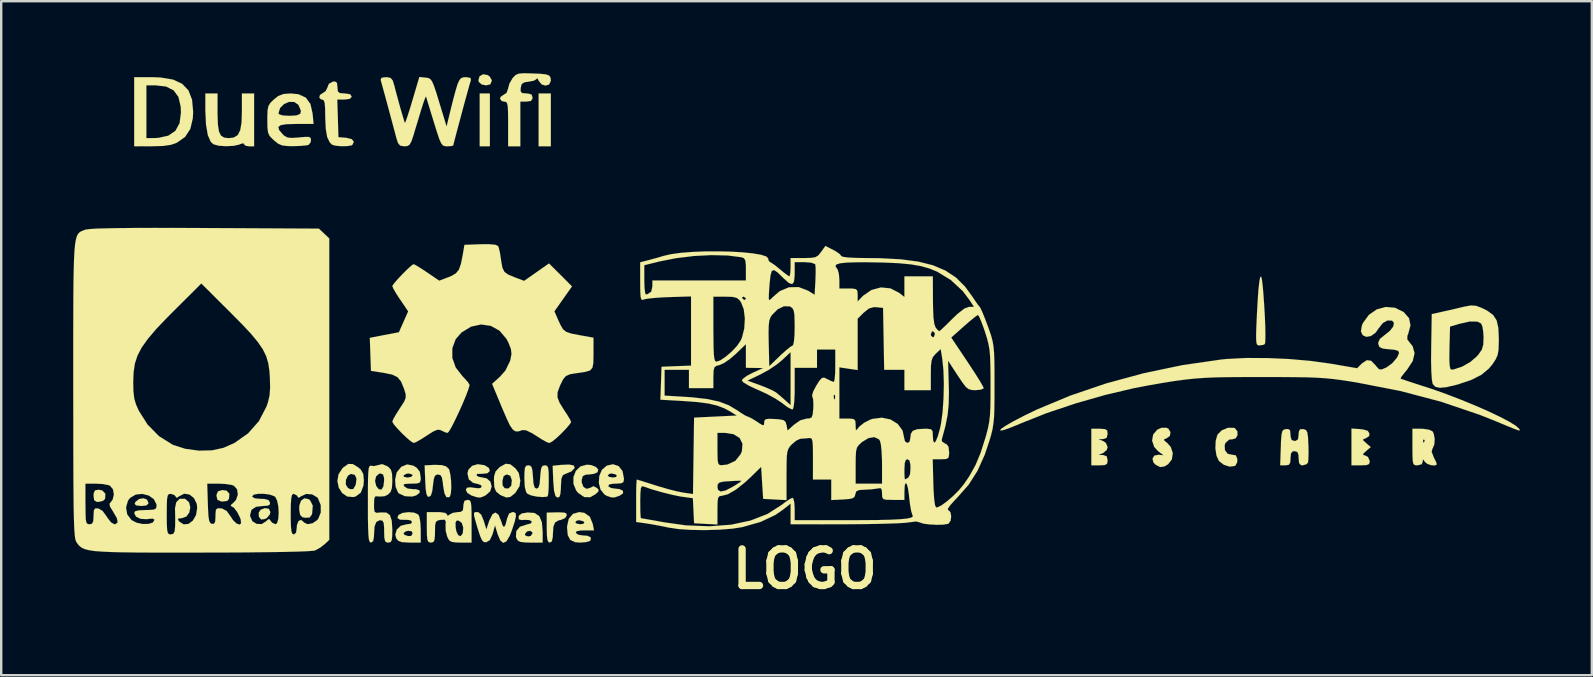
<source format=kicad_pcb>
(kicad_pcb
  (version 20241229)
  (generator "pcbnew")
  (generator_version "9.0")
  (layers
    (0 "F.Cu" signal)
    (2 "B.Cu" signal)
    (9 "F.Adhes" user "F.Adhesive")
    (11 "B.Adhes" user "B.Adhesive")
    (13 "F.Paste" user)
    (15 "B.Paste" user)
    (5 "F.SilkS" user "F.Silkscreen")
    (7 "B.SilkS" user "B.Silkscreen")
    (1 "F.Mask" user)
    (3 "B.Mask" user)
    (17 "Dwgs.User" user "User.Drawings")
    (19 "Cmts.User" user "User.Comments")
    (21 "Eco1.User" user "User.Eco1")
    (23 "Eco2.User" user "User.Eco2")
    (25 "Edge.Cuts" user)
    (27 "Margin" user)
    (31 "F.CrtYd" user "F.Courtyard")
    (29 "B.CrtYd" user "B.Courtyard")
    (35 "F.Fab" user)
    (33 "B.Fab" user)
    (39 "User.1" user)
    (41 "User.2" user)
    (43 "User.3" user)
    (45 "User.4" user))
  (footprint "LOGO"
    (layer "F.Cu")
    (at 30.481 8.548)
    (property "Reference" "LOGO" (at 0 12.106 0) (layer "F.SilkS") (effects (font (size 1.524 1.524) (thickness 0.305))))
    (attr through_hole)
    (fp_poly (pts (xy -13.546 -5.502) (xy -13.335 -5.502) (xy -13.122 -5.502) (xy -13.122 -6.604) (xy -13.122 -7.704) (xy -13.335 -7.704) (xy -13.546 -7.704) (xy -13.546 -6.604) (xy -13.546 -5.502)) (stroke (width 0.003) (type solid)) (fill yes) (layer "F.SilkS"))
    (fp_poly (pts (xy -11.09 -5.502) (xy -10.836 -5.502) (xy -10.582 -5.502) (xy -10.582 -6.604) (xy -10.582 -7.704) (xy -10.836 -7.704) (xy -11.09 -7.704) (xy -11.09 -6.604) (xy -11.09 -5.502)) (stroke (width 0.003) (type solid)) (fill yes) (layer "F.SilkS"))
    (fp_poly (pts (xy -29.632 9.06) (xy -29.609 9.241) (xy -29.512 9.307) (xy -29.418 9.314) (xy -29.238 9.268) (xy -29.154 9.187) (xy -29.141 8.974) (xy -29.268 8.837) (xy -29.418 8.806) (xy -29.571 8.832) (xy -29.627 8.948) (xy -29.632 9.06)) (stroke (width 0.003) (type solid)) (fill yes) (layer "F.SilkS"))
    (fp_poly (pts (xy -27.92 9.383) (xy -27.871 9.456) (xy -27.668 9.482) (xy -27.65 9.484) (xy -27.429 9.459) (xy -27.348 9.375) (xy -27.346 9.352) (xy -27.409 9.215) (xy -27.556 9.162) (xy -27.732 9.192) (xy -27.879 9.304) (xy -27.92 9.383)) (stroke (width 0.003) (type solid)) (fill yes) (layer "F.SilkS"))
    (fp_poly (pts (xy -24.511 9.06) (xy -24.473 9.223) (xy -24.328 9.291) (xy -24.277 9.299) (xy -24.067 9.274) (xy -23.993 9.192) (xy -23.973 8.976) (xy -24.089 8.844) (xy -24.277 8.821) (xy -24.45 8.875) (xy -24.508 9.012) (xy -24.511 9.06)) (stroke (width 0.003) (type solid)) (fill yes) (layer "F.SilkS"))
    (fp_poly (pts (xy -22.753 9.769) (xy -22.746 9.931) (xy -22.657 10.041) (xy -22.647 10.046) (xy -22.509 10.028) (xy -22.416 9.985) (xy -22.291 9.837) (xy -22.266 9.733) (xy -22.329 9.601) (xy -22.487 9.571) (xy -22.677 9.642) (xy -22.753 9.769)) (stroke (width 0.003) (type solid)) (fill yes) (layer "F.SilkS"))
    (fp_poly (pts (xy -13.599 -8.255) (xy -13.581 -8.184) (xy -13.465 -8.08) (xy -13.279 -8.042) (xy -13.111 -8.082) (xy -13.094 -8.1) (xy -13.038 -8.25) (xy -13.127 -8.407) (xy -13.216 -8.471) (xy -13.406 -8.504) (xy -13.551 -8.418) (xy -13.599 -8.255)) (stroke (width 0.003) (type solid)) (fill yes) (layer "F.SilkS"))
    (fp_poly (pts (xy -21.064 9.644) (xy -21.026 9.853) (xy -20.937 9.947) (xy -20.808 9.975) (xy -20.627 9.962) (xy -20.541 9.842) (xy -20.526 9.792) (xy -20.5 9.469) (xy -20.61 9.248) (xy -20.671 9.2) (xy -20.848 9.162) (xy -20.988 9.263) (xy -21.062 9.474) (xy -21.064 9.644)) (stroke (width 0.003) (type solid)) (fill yes) (layer "F.SilkS"))
    (fp_poly (pts (xy -10.505 7.808) (xy -10.48 8.448) (xy -10.447 8.844) (xy -10.386 9.073) (xy -10.295 9.136) (xy -10.216 9.091) (xy -10.183 8.976) (xy -10.163 8.758) (xy -10.16 8.621) (xy -10.142 8.352) (xy -10.089 8.212) (xy -10.01 8.161) (xy -9.726 8.042) (xy -9.591 7.904) (xy -9.588 7.899) (xy -9.622 7.798) (xy -9.812 7.757) (xy -10.142 7.77) (xy -10.505 7.808)) (stroke (width 0.003) (type solid)) (fill yes) (layer "F.SilkS"))
    (fp_poly (pts (xy -10.752 10.384) (xy -10.744 10.714) (xy -10.719 10.909) (xy -10.671 10.993) (xy -10.625 11.008) (xy -10.538 10.955) (xy -10.5 10.775) (xy -10.495 10.648) (xy -10.475 10.343) (xy -10.404 10.168) (xy -10.257 10.081) (xy -10.16 10.063) (xy -9.987 9.987) (xy -9.921 9.886) (xy -9.929 9.799) (xy -10.02 9.759) (xy -10.234 9.749) (xy -10.323 9.749) (xy -10.752 9.759) (xy -10.752 10.384)) (stroke (width 0.003) (type solid)) (fill yes) (layer "F.SilkS"))
    (fp_poly (pts (xy 18.804 2.322) (xy 18.806 2.558) (xy 18.819 2.697) (xy 18.852 2.769) (xy 18.9 2.791) (xy 18.943 2.794) (xy 19.108 2.769) (xy 19.167 2.736) (xy 19.185 2.631) (xy 19.19 2.385) (xy 19.185 2.029) (xy 19.167 1.595) (xy 19.139 1.107) (xy 19.103 0.597) (xy 19.08 0.34) (xy 19.045 0.048) (xy 19.009 -0.079) (xy 18.971 -0.043) (xy 18.936 0.152) (xy 18.898 0.5) (xy 18.865 1.001) (xy 18.839 1.463) (xy 18.816 1.963) (xy 18.804 2.322)) (stroke (width 0.003) (type solid)) (fill yes) (layer "F.SilkS"))
    (fp_poly (pts (xy 22.776 7.79) (xy 23.157 7.79) (xy 23.396 7.78) (xy 23.508 7.734) (xy 23.538 7.633) (xy 23.538 7.612) (xy 23.467 7.445) (xy 23.371 7.391) (xy 23.261 7.353) (xy 23.274 7.295) (xy 23.393 7.188) (xy 23.581 7.028) (xy 23.393 6.868) (xy 23.266 6.751) (xy 23.266 6.698) (xy 23.378 6.662) (xy 23.515 6.566) (xy 23.523 6.462) (xy 23.454 6.353) (xy 23.269 6.297) (xy 23.137 6.281) (xy 22.776 6.256) (xy 22.776 7.023) (xy 22.776 7.79)) (stroke (width 0.003) (type solid)) (fill yes) (layer "F.SilkS"))
    (fp_poly (pts (xy 11.938 7.79) (xy 12.278 7.79) (xy 12.497 7.777) (xy 12.593 7.724) (xy 12.616 7.597) (xy 12.616 7.579) (xy 12.578 7.414) (xy 12.436 7.361) (xy 12.426 7.361) (xy 12.235 7.356) (xy 12.426 7.28) (xy 12.581 7.148) (xy 12.616 7.028) (xy 12.543 6.855) (xy 12.426 6.777) (xy 12.235 6.701) (xy 12.426 6.695) (xy 12.573 6.647) (xy 12.616 6.49) (xy 12.616 6.477) (xy 12.598 6.34) (xy 12.512 6.281) (xy 12.306 6.266) (xy 12.278 6.266) (xy 11.938 6.266) (xy 11.938 7.028) (xy 11.938 7.79)) (stroke (width 0.003) (type solid)) (fill yes) (layer "F.SilkS"))
    (fp_poly (pts (xy 14.47 6.761) (xy 14.557 7.021) (xy 14.712 7.193) (xy 14.945 7.371) (xy 14.735 7.348) (xy 14.559 7.386) (xy 14.486 7.516) (xy 14.529 7.678) (xy 14.613 7.762) (xy 14.803 7.861) (xy 14.983 7.836) (xy 15.138 7.742) (xy 15.293 7.541) (xy 15.331 7.282) (xy 15.248 7.026) (xy 15.116 6.873) (xy 14.978 6.759) (xy 14.968 6.701) (xy 15.072 6.665) (xy 15.21 6.563) (xy 15.235 6.406) (xy 15.149 6.264) (xy 15.067 6.223) (xy 14.854 6.228) (xy 14.686 6.304) (xy 14.514 6.505) (xy 14.47 6.761)) (stroke (width 0.003) (type solid)) (fill yes) (layer "F.SilkS"))
    (fp_poly (pts (xy -9.639 8.565) (xy -9.522 8.842) (xy -9.444 8.936) (xy -9.192 9.111) (xy -8.943 9.119) (xy -8.72 8.992) (xy -8.595 8.875) (xy -8.6 8.793) (xy -8.669 8.727) (xy -8.806 8.659) (xy -8.931 8.722) (xy -9.088 8.771) (xy -9.223 8.689) (xy -9.294 8.509) (xy -9.296 8.39) (xy -9.248 8.235) (xy -9.124 8.176) (xy -8.999 8.171) (xy -8.781 8.143) (xy -8.636 8.077) (xy -8.606 7.963) (xy -8.705 7.856) (xy -8.898 7.78) (xy -9.075 7.762) (xy -9.345 7.833) (xy -9.538 8.019) (xy -9.639 8.278) (xy -9.639 8.565)) (stroke (width 0.003) (type solid)) (fill yes) (layer "F.SilkS"))
    (fp_poly (pts (xy 17.107 7.084) (xy 17.153 7.389) (xy 17.252 7.605) (xy 17.252 7.607) (xy 17.46 7.767) (xy 17.704 7.844) (xy 17.915 7.816) (xy 17.937 7.803) (xy 18.014 7.668) (xy 18.021 7.526) (xy 17.96 7.374) (xy 17.81 7.348) (xy 17.808 7.351) (xy 17.617 7.308) (xy 17.503 7.155) (xy 17.493 6.947) (xy 17.529 6.853) (xy 17.683 6.716) (xy 17.808 6.706) (xy 17.955 6.662) (xy 18.029 6.528) (xy 18.021 6.368) (xy 17.92 6.243) (xy 17.882 6.228) (xy 17.63 6.226) (xy 17.374 6.33) (xy 17.196 6.507) (xy 17.193 6.51) (xy 17.12 6.767) (xy 17.107 7.084)) (stroke (width 0.003) (type solid)) (fill yes) (layer "F.SilkS"))
    (fp_poly (pts (xy -19.474 8.448) (xy -19.416 8.72) (xy -19.276 8.943) (xy -19.124 9.047) (xy -19.124 8.59) (xy -19.119 8.397) (xy -19.037 8.222) (xy -18.913 8.146) (xy -18.75 8.186) (xy -18.677 8.344) (xy -18.707 8.585) (xy -18.72 8.618) (xy -18.811 8.778) (xy -18.938 8.783) (xy -19.035 8.733) (xy -19.124 8.59) (xy -19.124 9.047) (xy -19.068 9.088) (xy -18.811 9.111) (xy -18.71 9.086) (xy -18.496 8.923) (xy -18.387 8.628) (xy -18.372 8.415) (xy -18.397 8.148) (xy -18.496 7.971) (xy -18.595 7.882) (xy -18.829 7.737) (xy -19.02 7.732) (xy -19.223 7.874) (xy -19.263 7.912) (xy -19.428 8.166) (xy -19.474 8.448)) (stroke (width 0.003) (type solid)) (fill yes) (layer "F.SilkS"))
    (fp_poly (pts (xy -15.839 7.79) (xy -15.814 8.445) (xy -15.794 8.791) (xy -15.761 8.994) (xy -15.71 9.088) (xy -15.662 9.103) (xy -15.578 9.047) (xy -15.522 8.867) (xy -15.494 8.636) (xy -15.458 8.364) (xy -15.41 8.225) (xy -15.326 8.174) (xy -15.281 8.171) (xy -15.179 8.197) (xy -15.118 8.298) (xy -15.08 8.517) (xy -15.07 8.631) (xy -15.016 8.946) (xy -14.935 9.111) (xy -14.826 9.121) (xy -14.788 9.091) (xy -14.747 8.961) (xy -14.729 8.725) (xy -14.737 8.44) (xy -14.768 8.171) (xy -14.813 7.978) (xy -14.836 7.935) (xy -14.953 7.831) (xy -15.131 7.78) (xy -15.418 7.77) (xy -15.56 7.777) (xy -15.839 7.79)) (stroke (width 0.003) (type solid)) (fill yes) (layer "F.SilkS"))
    (fp_poly (pts (xy -12.951 8.41) (xy -12.934 8.702) (xy -12.86 8.882) (xy -12.708 9.009) (xy -12.642 9.047) (xy -12.598 9.063) (xy -12.598 8.435) (xy -12.548 8.24) (xy -12.436 8.174) (xy -12.403 8.171) (xy -12.268 8.225) (xy -12.207 8.405) (xy -12.205 8.415) (xy -12.23 8.641) (xy -12.347 8.755) (xy -12.504 8.745) (xy -12.591 8.626) (xy -12.598 8.435) (xy -12.598 9.063) (xy -12.428 9.131) (xy -12.263 9.103) (xy -12.075 8.951) (xy -12.06 8.936) (xy -11.887 8.661) (xy -11.852 8.425) (xy -11.92 8.103) (xy -12.06 7.912) (xy -12.271 7.747) (xy -12.461 7.724) (xy -12.685 7.846) (xy -12.73 7.882) (xy -12.883 8.044) (xy -12.946 8.252) (xy -12.951 8.41)) (stroke (width 0.003) (type solid)) (fill yes) (layer "F.SilkS"))
    (fp_poly (pts (xy -27.94 -5.502) (xy -27.432 -5.504) (xy -27.432 -5.842) (xy -27.432 -6.942) (xy -27.432 -8.042) (xy -27.046 -8.042) (xy -26.609 -7.993) (xy -26.297 -7.833) (xy -26.096 -7.559) (xy -26.002 -7.155) (xy -25.992 -6.906) (xy -26.048 -6.467) (xy -26.223 -6.147) (xy -26.52 -5.944) (xy -26.939 -5.852) (xy -27.071 -5.847) (xy -27.432 -5.842) (xy -27.432 -5.504) (xy -27.198 -5.504) (xy -26.739 -5.517) (xy -26.406 -5.565) (xy -26.162 -5.652) (xy -25.819 -5.895) (xy -25.601 -6.228) (xy -25.497 -6.673) (xy -25.484 -6.942) (xy -25.53 -7.445) (xy -25.679 -7.831) (xy -25.941 -8.105) (xy -26.325 -8.283) (xy -26.843 -8.369) (xy -27.198 -8.382) (xy -27.94 -8.382) (xy -27.94 -6.942) (xy -27.94 -5.502)) (stroke (width 0.003) (type solid)) (fill yes) (layer "F.SilkS"))
    (fp_poly (pts (xy -24.976 -7.005) (xy -24.948 -6.408) (xy -24.872 -5.966) (xy -24.747 -5.685) (xy -24.638 -5.588) (xy -24.42 -5.527) (xy -24.115 -5.507) (xy -23.802 -5.522) (xy -23.561 -5.575) (xy -23.531 -5.591) (xy -23.396 -5.634) (xy -23.368 -5.591) (xy -23.294 -5.524) (xy -23.155 -5.502) (xy -22.944 -5.502) (xy -22.944 -6.604) (xy -22.944 -7.704) (xy -23.198 -7.704) (xy -23.452 -7.704) (xy -23.452 -6.962) (xy -23.467 -6.492) (xy -23.523 -6.17) (xy -23.627 -5.969) (xy -23.795 -5.867) (xy -24.003 -5.842) (xy -24.196 -5.865) (xy -24.328 -5.951) (xy -24.409 -6.124) (xy -24.453 -6.411) (xy -24.468 -6.835) (xy -24.468 -6.937) (xy -24.468 -7.704) (xy -24.722 -7.704) (xy -24.976 -7.704) (xy -24.976 -7.005)) (stroke (width 0.003) (type solid)) (fill yes) (layer "F.SilkS"))
    (fp_poly (pts (xy -11.684 8.329) (xy -11.666 8.687) (xy -11.61 8.903) (xy -11.554 8.976) (xy -11.405 9.042) (xy -11.173 9.091) (xy -10.935 9.111) (xy -10.757 9.098) (xy -10.711 9.075) (xy -10.691 8.976) (xy -10.673 8.753) (xy -10.668 8.451) (xy -10.668 8.41) (xy -10.671 8.09) (xy -10.691 7.902) (xy -10.734 7.816) (xy -10.813 7.79) (xy -10.833 7.79) (xy -10.927 7.813) (xy -10.983 7.91) (xy -11.011 8.115) (xy -11.024 8.278) (xy -11.049 8.57) (xy -11.1 8.722) (xy -11.176 8.763) (xy -11.255 8.717) (xy -11.303 8.557) (xy -11.326 8.278) (xy -11.349 7.998) (xy -11.389 7.851) (xy -11.463 7.795) (xy -11.516 7.79) (xy -11.608 7.808) (xy -11.659 7.889) (xy -11.679 8.07) (xy -11.684 8.329)) (stroke (width 0.003) (type solid)) (fill yes) (layer "F.SilkS"))
    (fp_poly (pts (xy -14.122 8.816) (xy -14.059 8.938) (xy -13.894 9.042) (xy -13.876 9.05) (xy -13.663 9.119) (xy -13.531 9.134) (xy -13.399 9.088) (xy -13.292 9.035) (xy -13.109 8.872) (xy -13.048 8.669) (xy -13.099 8.471) (xy -13.251 8.334) (xy -13.424 8.298) (xy -13.602 8.263) (xy -13.678 8.207) (xy -13.652 8.146) (xy -13.47 8.141) (xy -13.449 8.143) (xy -13.226 8.12) (xy -13.124 8.026) (xy -13.162 7.899) (xy -13.343 7.785) (xy -13.625 7.742) (xy -13.863 7.811) (xy -14.018 7.976) (xy -14.054 8.128) (xy -13.998 8.374) (xy -13.82 8.519) (xy -13.63 8.565) (xy -13.487 8.616) (xy -13.462 8.679) (xy -13.51 8.733) (xy -13.617 8.745) (xy -13.828 8.72) (xy -13.924 8.705) (xy -14.079 8.722) (xy -14.122 8.816)) (stroke (width 0.003) (type solid)) (fill yes) (layer "F.SilkS"))
    (fp_poly (pts (xy -9.906 10.363) (xy -9.876 10.698) (xy -9.771 10.897) (xy -9.568 10.991) (xy -9.566 10.991) (xy -9.566 10.16) (xy -9.495 10.091) (xy -9.401 10.076) (xy -9.241 10.114) (xy -9.185 10.16) (xy -9.215 10.223) (xy -9.35 10.246) (xy -9.51 10.216) (xy -9.566 10.16) (xy -9.566 10.991) (xy -9.357 11.008) (xy -9.116 10.988) (xy -8.956 10.94) (xy -8.928 10.917) (xy -8.915 10.792) (xy -9.06 10.724) (xy -9.248 10.711) (xy -9.441 10.681) (xy -9.543 10.604) (xy -9.545 10.604) (xy -9.51 10.536) (xy -9.332 10.503) (xy -9.182 10.5) (xy -8.783 10.5) (xy -8.837 10.223) (xy -8.959 9.929) (xy -9.185 9.769) (xy -9.401 9.738) (xy -9.66 9.812) (xy -9.835 10.018) (xy -9.903 10.333) (xy -9.906 10.363)) (stroke (width 0.003) (type solid)) (fill yes) (layer "F.SilkS"))
    (fp_poly (pts (xy -17.061 10.678) (xy -17.021 10.833) (xy -16.932 10.937) (xy -16.784 10.991) (xy -16.721 10.993) (xy -16.721 10.627) (xy -16.647 10.549) (xy -16.53 10.516) (xy -16.375 10.536) (xy -16.34 10.627) (xy -16.398 10.732) (xy -16.53 10.737) (xy -16.678 10.686) (xy -16.721 10.627) (xy -16.721 10.993) (xy -16.523 11.006) (xy -16.464 11.008) (xy -16.002 11.008) (xy -16.002 10.475) (xy -16.017 10.168) (xy -16.058 9.934) (xy -16.104 9.84) (xy -16.274 9.761) (xy -16.52 9.741) (xy -16.767 9.774) (xy -16.929 9.86) (xy -16.932 9.863) (xy -16.972 9.985) (xy -16.868 10.053) (xy -16.632 10.061) (xy -16.599 10.056) (xy -16.431 10.079) (xy -16.363 10.14) (xy -16.403 10.221) (xy -16.584 10.246) (xy -16.83 10.307) (xy -17 10.467) (xy -17.061 10.678)) (stroke (width 0.003) (type solid)) (fill yes) (layer "F.SilkS"))
    (fp_poly (pts (xy -12.035 10.762) (xy -12.017 10.818) (xy -11.956 10.925) (xy -11.847 10.98) (xy -11.661 11.001) (xy -11.661 10.648) (xy -11.57 10.541) (xy -11.443 10.516) (xy -11.354 10.577) (xy -11.344 10.62) (xy -11.415 10.729) (xy -11.521 10.754) (xy -11.648 10.714) (xy -11.661 10.648) (xy -11.661 11.001) (xy -11.646 11.003) (xy -11.433 11.008) (xy -10.922 11.008) (xy -10.922 10.561) (xy -10.955 10.163) (xy -11.062 9.906) (xy -11.257 9.776) (xy -11.542 9.754) (xy -11.788 9.794) (xy -11.905 9.881) (xy -11.923 9.934) (xy -11.915 10.038) (xy -11.806 10.069) (xy -11.676 10.061) (xy -11.473 10.069) (xy -11.369 10.132) (xy -11.369 10.135) (xy -11.417 10.213) (xy -11.6 10.259) (xy -11.605 10.262) (xy -11.867 10.348) (xy -12.019 10.528) (xy -12.035 10.762)) (stroke (width 0.003) (type solid)) (fill yes) (layer "F.SilkS"))
    (fp_poly (pts (xy -17.069 8.392) (xy -17.048 8.682) (xy -16.952 8.91) (xy -16.906 8.964) (xy -16.657 9.075) (xy -16.363 9.091) (xy -16.19 9.042) (xy -16.045 8.928) (xy -16.053 8.834) (xy -16.203 8.783) (xy -16.317 8.783) (xy -16.543 8.758) (xy -16.678 8.677) (xy -16.721 8.6) (xy -16.721 8.214) (xy -16.601 8.141) (xy -16.505 8.128) (xy -16.368 8.166) (xy -16.34 8.214) (xy -16.411 8.275) (xy -16.556 8.298) (xy -16.701 8.27) (xy -16.721 8.214) (xy -16.721 8.6) (xy -16.657 8.565) (xy -16.464 8.552) (xy -16.393 8.552) (xy -16.154 8.545) (xy -16.04 8.504) (xy -16.005 8.405) (xy -16.002 8.319) (xy -16.04 8.057) (xy -16.177 7.884) (xy -16.312 7.803) (xy -16.568 7.752) (xy -16.81 7.849) (xy -16.993 8.072) (xy -17.01 8.115) (xy -17.069 8.392)) (stroke (width 0.003) (type solid)) (fill yes) (layer "F.SilkS"))
    (fp_poly (pts (xy -8.58 8.527) (xy -8.509 8.801) (xy -8.344 9.007) (xy -8.24 9.065) (xy -8.212 9.073) (xy -8.212 8.214) (xy -8.141 8.143) (xy -8.047 8.128) (xy -7.884 8.166) (xy -7.831 8.214) (xy -7.861 8.275) (xy -7.996 8.298) (xy -8.156 8.27) (xy -8.212 8.214) (xy -8.212 9.073) (xy -8.054 9.126) (xy -7.917 9.124) (xy -7.727 9.058) (xy -7.717 9.055) (xy -7.572 8.954) (xy -7.577 8.852) (xy -7.714 8.781) (xy -7.874 8.763) (xy -8.075 8.735) (xy -8.186 8.664) (xy -8.189 8.659) (xy -8.151 8.585) (xy -7.963 8.552) (xy -7.879 8.552) (xy -7.658 8.539) (xy -7.559 8.489) (xy -7.534 8.367) (xy -7.534 8.346) (xy -7.595 8.029) (xy -7.755 7.823) (xy -7.991 7.744) (xy -8.25 7.803) (xy -8.453 7.976) (xy -8.562 8.235) (xy -8.58 8.527)) (stroke (width 0.003) (type solid)) (fill yes) (layer "F.SilkS"))
    (fp_poly (pts (xy 25.316 7.028) (xy 25.319 7.389) (xy 25.329 7.612) (xy 25.359 7.732) (xy 25.415 7.78) (xy 25.509 7.79) (xy 25.527 7.79) (xy 25.702 7.744) (xy 25.743 7.643) (xy 25.753 7.539) (xy 25.758 7.544) (xy 25.758 6.728) (xy 25.768 6.718) (xy 25.819 6.728) (xy 25.824 6.774) (xy 25.794 6.843) (xy 25.768 6.83) (xy 25.758 6.728) (xy 25.758 7.544) (xy 25.796 7.584) (xy 25.832 7.643) (xy 25.938 7.729) (xy 26.104 7.785) (xy 26.259 7.795) (xy 26.332 7.75) (xy 26.332 7.744) (xy 26.297 7.643) (xy 26.21 7.463) (xy 26.198 7.437) (xy 26.116 7.224) (xy 26.149 7.094) (xy 26.157 7.087) (xy 26.228 6.919) (xy 26.243 6.68) (xy 26.2 6.459) (xy 26.147 6.368) (xy 26.002 6.304) (xy 25.768 6.269) (xy 25.679 6.266) (xy 25.316 6.266) (xy 25.316 7.028)) (stroke (width 0.003) (type solid)) (fill yes) (layer "F.SilkS"))
    (fp_poly (pts (xy -20.229 -7.534) (xy -20.155 -7.457) (xy -20.107 -7.45) (xy -20.043 -7.419) (xy -20.005 -7.308) (xy -19.985 -7.087) (xy -19.98 -6.726) (xy -19.959 -6.233) (xy -19.898 -5.883) (xy -19.787 -5.657) (xy -19.693 -5.568) (xy -19.548 -5.527) (xy -19.322 -5.507) (xy -19.08 -5.509) (xy -18.9 -5.537) (xy -18.852 -5.56) (xy -18.788 -5.695) (xy -18.88 -5.801) (xy -19.103 -5.857) (xy -19.113 -5.857) (xy -19.431 -5.883) (xy -19.454 -6.668) (xy -19.479 -7.45) (xy -19.18 -7.45) (xy -18.959 -7.478) (xy -18.88 -7.564) (xy -18.88 -7.577) (xy -18.943 -7.671) (xy -19.149 -7.704) (xy -19.177 -7.704) (xy -19.375 -7.719) (xy -19.456 -7.79) (xy -19.472 -7.963) (xy -19.492 -8.146) (xy -19.571 -8.202) (xy -19.662 -8.197) (xy -19.832 -8.103) (xy -19.881 -7.971) (xy -19.964 -7.798) (xy -20.071 -7.727) (xy -20.198 -7.645) (xy -20.229 -7.534)) (stroke (width 0.003) (type solid)) (fill yes) (layer "F.SilkS"))
    (fp_poly (pts (xy -13.782 9.865) (xy -13.736 10.051) (xy -13.647 10.361) (xy -13.625 10.432) (xy -13.525 10.739) (xy -13.447 10.912) (xy -13.368 10.986) (xy -13.271 10.991) (xy -13.124 10.907) (xy -13.018 10.683) (xy -13 10.627) (xy -12.906 10.292) (xy -12.799 10.65) (xy -12.687 10.919) (xy -12.563 11.021) (xy -12.431 10.955) (xy -12.291 10.721) (xy -12.2 10.483) (xy -12.085 10.132) (xy -12.035 9.911) (xy -12.045 9.789) (xy -12.116 9.743) (xy -12.184 9.738) (xy -12.322 9.799) (xy -12.403 10.005) (xy -12.405 10.013) (xy -12.471 10.269) (xy -12.532 10.361) (xy -12.593 10.292) (xy -12.652 10.114) (xy -12.761 9.85) (xy -12.885 9.756) (xy -13.012 9.827) (xy -13.134 10.069) (xy -13.145 10.091) (xy -13.266 10.457) (xy -13.378 10.097) (xy -13.482 9.845) (xy -13.604 9.741) (xy -13.642 9.738) (xy -13.734 9.741) (xy -13.78 9.771) (xy -13.782 9.865)) (stroke (width 0.003) (type solid)) (fill yes) (layer "F.SilkS"))
    (fp_poly (pts (xy 19.807 7.79) (xy 20.023 7.79) (xy 20.168 7.767) (xy 20.226 7.671) (xy 20.236 7.493) (xy 20.256 7.29) (xy 20.33 7.206) (xy 20.406 7.198) (xy 20.523 7.231) (xy 20.569 7.358) (xy 20.574 7.493) (xy 20.594 7.696) (xy 20.668 7.78) (xy 20.747 7.79) (xy 20.907 7.739) (xy 20.963 7.676) (xy 20.98 7.539) (xy 20.988 7.287) (xy 20.983 6.97) (xy 20.98 6.934) (xy 20.965 6.612) (xy 20.937 6.421) (xy 20.886 6.325) (xy 20.803 6.287) (xy 20.765 6.281) (xy 20.632 6.287) (xy 20.582 6.391) (xy 20.574 6.515) (xy 20.551 6.703) (xy 20.455 6.769) (xy 20.406 6.774) (xy 20.282 6.736) (xy 20.239 6.589) (xy 20.236 6.515) (xy 20.218 6.332) (xy 20.137 6.276) (xy 20.046 6.281) (xy 19.954 6.304) (xy 19.896 6.37) (xy 19.863 6.507) (xy 19.842 6.754) (xy 19.832 7.048) (xy 19.807 7.79)) (stroke (width 0.003) (type solid)) (fill yes) (layer "F.SilkS"))
    (fp_poly (pts (xy -12.7 -7.488) (xy -12.629 -7.389) (xy -12.53 -7.366) (xy -12.456 -7.356) (xy -12.408 -7.303) (xy -12.377 -7.181) (xy -12.365 -6.96) (xy -12.36 -6.609) (xy -12.36 -6.434) (xy -12.36 -5.502) (xy -12.106 -5.502) (xy -11.852 -5.502) (xy -11.852 -6.434) (xy -11.852 -7.366) (xy -11.598 -7.366) (xy -11.412 -7.391) (xy -11.346 -7.49) (xy -11.344 -7.534) (xy -11.382 -7.658) (xy -11.529 -7.701) (xy -11.603 -7.704) (xy -11.783 -7.722) (xy -11.841 -7.805) (xy -11.836 -7.938) (xy -11.796 -8.095) (xy -11.684 -8.169) (xy -11.493 -8.197) (xy -11.285 -8.237) (xy -11.176 -8.306) (xy -11.168 -8.324) (xy -11.14 -8.336) (xy -11.087 -8.232) (xy -10.965 -8.082) (xy -10.803 -8.031) (xy -10.655 -8.077) (xy -10.584 -8.222) (xy -10.582 -8.245) (xy -10.594 -8.369) (xy -10.653 -8.451) (xy -10.785 -8.499) (xy -11.026 -8.524) (xy -11.397 -8.539) (xy -11.717 -8.547) (xy -11.918 -8.529) (xy -12.045 -8.476) (xy -12.149 -8.374) (xy -12.179 -8.334) (xy -12.306 -8.118) (xy -12.36 -7.915) (xy -12.36 -7.91) (xy -12.428 -7.724) (xy -12.53 -7.661) (xy -12.667 -7.567) (xy -12.7 -7.488)) (stroke (width 0.003) (type solid)) (fill yes) (layer "F.SilkS"))
    (fp_poly (pts (xy -22.393 -6.604) (xy -22.388 -6.281) (xy -22.362 -6.078) (xy -22.299 -5.936) (xy -22.177 -5.806) (xy -22.116 -5.751) (xy -21.941 -5.611) (xy -21.768 -5.537) (xy -21.534 -5.512) (xy -21.313 -5.509) (xy -21.016 -5.519) (xy -20.782 -5.54) (xy -20.678 -5.56) (xy -20.589 -5.669) (xy -20.574 -5.763) (xy -20.589 -5.852) (xy -20.663 -5.893) (xy -20.836 -5.893) (xy -21.069 -5.872) (xy -21.364 -5.85) (xy -21.547 -5.867) (xy -21.679 -5.936) (xy -21.747 -5.999) (xy -21.902 -6.18) (xy -21.935 -6.307) (xy -21.928 -6.314) (xy -21.928 -6.881) (xy -21.862 -7.099) (xy -21.699 -7.262) (xy -21.486 -7.353) (xy -21.273 -7.351) (xy -21.107 -7.239) (xy -21.085 -7.201) (xy -20.993 -6.982) (xy -21.021 -6.853) (xy -21.181 -6.789) (xy -21.463 -6.772) (xy -21.763 -6.789) (xy -21.907 -6.84) (xy -21.928 -6.881) (xy -21.928 -6.314) (xy -21.836 -6.383) (xy -21.593 -6.424) (xy -21.196 -6.434) (xy -20.467 -6.434) (xy -20.508 -6.873) (xy -20.599 -7.269) (xy -20.79 -7.531) (xy -21.095 -7.671) (xy -21.422 -7.704) (xy -21.722 -7.681) (xy -21.941 -7.595) (xy -22.116 -7.457) (xy -22.261 -7.318) (xy -22.344 -7.186) (xy -22.382 -7.01) (xy -22.393 -6.739) (xy -22.393 -6.604)) (stroke (width 0.003) (type solid)) (fill yes) (layer "F.SilkS"))
    (fp_poly (pts (xy 26.093 3.432) (xy 26.104 3.886) (xy 26.126 4.214) (xy 26.159 4.392) (xy 26.165 4.404) (xy 26.274 4.519) (xy 26.459 4.559) (xy 26.746 4.531) (xy 26.853 4.503) (xy 26.853 3.378) (xy 26.858 2.982) (xy 26.858 2.908) (xy 26.883 2.009) (xy 27.264 1.895) (xy 27.706 1.796) (xy 28.021 1.801) (xy 28.179 1.88) (xy 28.235 2.017) (xy 28.27 2.261) (xy 28.28 2.459) (xy 28.268 2.758) (xy 28.209 2.967) (xy 28.077 3.16) (xy 28.003 3.246) (xy 27.727 3.485) (xy 27.384 3.68) (xy 27.043 3.792) (xy 26.944 3.805) (xy 26.894 3.767) (xy 26.866 3.632) (xy 26.853 3.378) (xy 26.853 4.503) (xy 27.16 4.432) (xy 27.229 4.412) (xy 27.777 4.227) (xy 28.191 4.016) (xy 28.501 3.757) (xy 28.661 3.564) (xy 28.788 3.368) (xy 28.865 3.193) (xy 28.903 2.982) (xy 28.913 2.68) (xy 28.915 2.497) (xy 28.895 2.06) (xy 28.824 1.75) (xy 28.677 1.524) (xy 28.43 1.344) (xy 28.199 1.229) (xy 27.965 1.143) (xy 27.755 1.128) (xy 27.475 1.179) (xy 27.462 1.181) (xy 27.127 1.262) (xy 26.746 1.349) (xy 26.586 1.384) (xy 26.121 1.488) (xy 26.099 2.863) (xy 26.093 3.432)) (stroke (width 0.003) (type solid)) (fill yes) (layer "F.SilkS"))
    (fp_poly (pts (xy -15.748 10.373) (xy -15.743 10.696) (xy -15.725 10.886) (xy -15.682 10.978) (xy -15.608 11.006) (xy -15.578 11.008) (xy -15.479 10.986) (xy -15.428 10.897) (xy -15.41 10.701) (xy -15.408 10.551) (xy -15.403 10.287) (xy -15.37 10.147) (xy -15.288 10.084) (xy -15.171 10.061) (xy -15.004 10.053) (xy -14.958 10.13) (xy -14.968 10.264) (xy -14.961 10.518) (xy -14.9 10.754) (xy -14.826 10.902) (xy -14.724 10.975) (xy -14.552 11.001) (xy -14.552 10.173) (xy -14.506 10.091) (xy -14.42 10.091) (xy -14.29 10.19) (xy -14.229 10.386) (xy -14.249 10.612) (xy -14.26 10.64) (xy -14.343 10.742) (xy -14.437 10.704) (xy -14.514 10.551) (xy -14.547 10.378) (xy -14.552 10.173) (xy -14.552 11.001) (xy -14.544 11.003) (xy -14.338 11.008) (xy -13.884 11.008) (xy -13.884 10.119) (xy -13.886 9.721) (xy -13.896 9.464) (xy -13.919 9.317) (xy -13.965 9.248) (xy -14.031 9.23) (xy -14.054 9.23) (xy -14.178 9.268) (xy -14.221 9.418) (xy -14.224 9.484) (xy -14.244 9.665) (xy -14.341 9.731) (xy -14.46 9.738) (xy -14.671 9.771) (xy -14.798 9.84) (xy -14.882 9.898) (xy -14.9 9.84) (xy -14.981 9.771) (xy -15.215 9.738) (xy -15.324 9.738) (xy -15.748 9.738) (xy -15.748 10.373)) (stroke (width 0.003) (type solid)) (fill yes) (layer "F.SilkS"))
    (fp_poly (pts (xy -18.202 9.959) (xy -18.194 10.378) (xy -18.181 10.673) (xy -18.164 10.861) (xy -18.133 10.965) (xy -18.092 11.003) (xy -18.075 11.008) (xy -17.986 10.95) (xy -17.95 10.762) (xy -17.948 10.676) (xy -17.927 10.343) (xy -17.854 10.15) (xy -17.722 10.079) (xy -17.686 10.076) (xy -17.592 10.099) (xy -17.544 10.193) (xy -17.526 10.401) (xy -17.526 10.541) (xy -17.518 10.81) (xy -17.485 10.95) (xy -17.414 11.003) (xy -17.356 11.008) (xy -17.262 10.991) (xy -17.211 10.912) (xy -17.191 10.737) (xy -17.186 10.467) (xy -17.209 10.097) (xy -17.285 9.865) (xy -17.429 9.759) (xy -17.663 9.751) (xy -17.694 9.756) (xy -17.851 9.769) (xy -17.925 9.721) (xy -17.948 9.571) (xy -17.948 9.416) (xy -17.94 9.187) (xy -17.907 9.101) (xy -17.907 8.44) (xy -17.861 8.25) (xy -17.739 8.138) (xy -17.683 8.128) (xy -17.572 8.169) (xy -17.529 8.313) (xy -17.526 8.41) (xy -17.556 8.669) (xy -17.638 8.801) (xy -17.75 8.786) (xy -17.856 8.651) (xy -17.907 8.44) (xy -17.907 9.101) (xy -17.902 9.088) (xy -17.81 9.078) (xy -17.752 9.091) (xy -17.518 9.078) (xy -17.371 9.009) (xy -17.259 8.898) (xy -17.203 8.733) (xy -17.186 8.458) (xy -17.186 8.423) (xy -17.198 8.141) (xy -17.244 7.973) (xy -17.346 7.859) (xy -17.394 7.828) (xy -17.607 7.739) (xy -17.744 7.772) (xy -17.945 7.821) (xy -18.044 7.811) (xy -18.1 7.805) (xy -18.141 7.836) (xy -18.169 7.922) (xy -18.186 8.087) (xy -18.197 8.354) (xy -18.202 8.743) (xy -18.202 9.276) (xy -18.202 9.388) (xy -18.202 9.959)) (stroke (width 0.003) (type solid)) (fill yes) (layer "F.SilkS"))
    (fp_poly (pts (xy -17.671 -8.288) (xy -17.661 -8.232) (xy -17.623 -8.095) (xy -17.549 -7.826) (xy -17.447 -7.457) (xy -17.33 -7.021) (xy -17.203 -6.548) (xy -17.076 -6.073) (xy -17.021 -5.862) (xy -16.947 -5.636) (xy -16.858 -5.532) (xy -16.711 -5.504) (xy -16.683 -5.502) (xy -16.556 -5.514) (xy -16.467 -5.57) (xy -16.391 -5.707) (xy -16.304 -5.959) (xy -16.259 -6.116) (xy -16.093 -6.662) (xy -15.972 -7.064) (xy -15.883 -7.338) (xy -15.824 -7.501) (xy -15.791 -7.569) (xy -15.776 -7.564) (xy -15.745 -7.46) (xy -15.674 -7.226) (xy -15.575 -6.901) (xy -15.456 -6.515) (xy -15.451 -6.497) (xy -15.321 -6.083) (xy -15.227 -5.801) (xy -15.151 -5.631) (xy -15.08 -5.542) (xy -14.996 -5.509) (xy -14.895 -5.502) (xy -14.719 -5.514) (xy -14.646 -5.54) (xy -14.625 -5.634) (xy -14.567 -5.857) (xy -14.483 -6.175) (xy -14.381 -6.556) (xy -14.272 -6.967) (xy -14.163 -7.371) (xy -14.061 -7.739) (xy -13.98 -8.031) (xy -13.924 -8.219) (xy -13.909 -8.268) (xy -13.932 -8.352) (xy -14.097 -8.382) (xy -14.127 -8.382) (xy -14.234 -8.374) (xy -14.318 -8.341) (xy -14.392 -8.258) (xy -14.463 -8.103) (xy -14.541 -7.851) (xy -14.641 -7.483) (xy -14.768 -6.975) (xy -14.783 -6.911) (xy -14.925 -6.33) (xy -15.232 -7.336) (xy -15.359 -7.752) (xy -15.456 -8.037) (xy -15.532 -8.212) (xy -15.606 -8.306) (xy -15.692 -8.349) (xy -15.799 -8.364) (xy -16.06 -8.39) (xy -16.347 -7.419) (xy -16.459 -7.046) (xy -16.556 -6.744) (xy -16.627 -6.543) (xy -16.66 -6.472) (xy -16.693 -6.563) (xy -16.759 -6.782) (xy -16.85 -7.094) (xy -16.952 -7.465) (xy -17.059 -7.859) (xy -17.099 -8.021) (xy -17.17 -8.247) (xy -17.259 -8.352) (xy -17.407 -8.382) (xy -17.45 -8.382) (xy -17.625 -8.362) (xy -17.671 -8.288)) (stroke (width 0.003) (type solid)) (fill yes) (layer "F.SilkS"))
    (fp_poly (pts (xy 8.136 6.335) (xy 8.227 6.332) (xy 8.461 6.259) (xy 8.842 6.109) (xy 8.989 6.045) (xy 10.081 5.611) (xy 11.278 5.21) (xy 12.515 4.856) (xy 13.721 4.572) (xy 14.31 4.46) (xy 14.887 4.359) (xy 15.38 4.28) (xy 15.814 4.221) (xy 16.226 4.176) (xy 16.645 4.145) (xy 17.107 4.125) (xy 17.64 4.115) (xy 18.278 4.11) (xy 19.05 4.11) (xy 19.802 4.11) (xy 20.411 4.115) (xy 20.909 4.122) (xy 21.326 4.138) (xy 21.684 4.161) (xy 22.019 4.194) (xy 22.355 4.237) (xy 22.723 4.293) (xy 22.997 4.338) (xy 24.811 4.691) (xy 26.507 5.138) (xy 28.113 5.682) (xy 28.852 5.977) (xy 29.258 6.147) (xy 29.533 6.259) (xy 29.695 6.32) (xy 29.774 6.337) (xy 29.789 6.32) (xy 29.766 6.271) (xy 29.764 6.269) (xy 29.624 6.142) (xy 29.35 5.972) (xy 28.961 5.768) (xy 28.481 5.54) (xy 27.935 5.301) (xy 27.346 5.06) (xy 26.739 4.826) (xy 26.132 4.61) (xy 25.867 4.524) (xy 25.479 4.399) (xy 25.156 4.293) (xy 24.925 4.214) (xy 24.821 4.178) (xy 24.821 4.176) (xy 24.851 4.107) (xy 24.971 3.95) (xy 25.095 3.8) (xy 25.329 3.444) (xy 25.405 3.117) (xy 25.324 2.827) (xy 25.222 2.7) (xy 25.103 2.545) (xy 25.105 2.393) (xy 25.138 2.316) (xy 25.235 1.958) (xy 25.174 1.659) (xy 24.953 1.405) (xy 24.948 1.402) (xy 24.59 1.224) (xy 24.206 1.191) (xy 23.83 1.293) (xy 23.503 1.519) (xy 23.259 1.852) (xy 23.211 1.961) (xy 23.17 2.207) (xy 23.244 2.367) (xy 23.393 2.436) (xy 23.584 2.403) (xy 23.779 2.266) (xy 23.906 2.085) (xy 24.082 1.862) (xy 24.27 1.755) (xy 24.468 1.76) (xy 24.547 1.854) (xy 24.516 2.007) (xy 24.376 2.189) (xy 24.168 2.355) (xy 23.96 2.522) (xy 23.891 2.682) (xy 23.894 2.736) (xy 23.945 2.863) (xy 24.082 2.924) (xy 24.257 2.946) (xy 24.562 2.974) (xy 24.722 3.02) (xy 24.76 3.106) (xy 24.699 3.251) (xy 24.666 3.312) (xy 24.478 3.533) (xy 24.239 3.708) (xy 24.229 3.713) (xy 24.039 3.795) (xy 23.924 3.787) (xy 23.818 3.673) (xy 23.777 3.619) (xy 23.594 3.432) (xy 23.416 3.409) (xy 23.213 3.543) (xy 23.19 3.566) (xy 23.012 3.744) (xy 21.9 3.553) (xy 21.074 3.439) (xy 20.175 3.36) (xy 19.258 3.32) (xy 18.377 3.317) (xy 17.587 3.358) (xy 17.353 3.381) (xy 15.74 3.614) (xy 14.13 3.95) (xy 12.56 4.376) (xy 11.064 4.884) (xy 9.68 5.461) (xy 9.144 5.72) (xy 8.689 5.956) (xy 8.369 6.142) (xy 8.181 6.269) (xy 8.136 6.335)) (stroke (width 0.003) (type solid)) (fill yes) (layer "F.SilkS"))
    (fp_poly (pts (xy -18.123 2.477) (xy -18.1 3.165) (xy -18.075 3.853) (xy -17.539 3.937) (xy -17.193 4.008) (xy -16.97 4.115) (xy -16.822 4.295) (xy -16.701 4.59) (xy -16.683 4.641) (xy -16.629 4.829) (xy -16.627 4.973) (xy -16.69 5.133) (xy -16.835 5.359) (xy -16.881 5.428) (xy -17.038 5.677) (xy -17.15 5.875) (xy -17.186 5.972) (xy -17.127 6.076) (xy -16.98 6.248) (xy -16.784 6.454) (xy -16.579 6.65) (xy -16.401 6.797) (xy -16.294 6.858) (xy -16.185 6.815) (xy -15.982 6.698) (xy -15.753 6.551) (xy -15.489 6.383) (xy -15.316 6.309) (xy -15.197 6.312) (xy -15.141 6.34) (xy -14.966 6.419) (xy -14.879 6.436) (xy -14.816 6.363) (xy -14.704 6.17) (xy -14.564 5.89) (xy -14.407 5.56) (xy -14.254 5.217) (xy -14.12 4.895) (xy -14.021 4.633) (xy -13.97 4.463) (xy -13.97 4.437) (xy -14.026 4.336) (xy -14.171 4.171) (xy -14.262 4.077) (xy -14.544 3.716) (xy -14.686 3.317) (xy -14.686 2.911) (xy -14.547 2.535) (xy -14.303 2.253) (xy -13.901 2.009) (xy -13.485 1.92) (xy -13.081 1.979) (xy -12.72 2.179) (xy -12.433 2.515) (xy -12.344 2.685) (xy -12.243 2.944) (xy -12.22 3.147) (xy -12.263 3.381) (xy -12.278 3.439) (xy -12.474 3.843) (xy -12.705 4.102) (xy -13.028 4.394) (xy -12.614 5.392) (xy -12.428 5.824) (xy -12.289 6.119) (xy -12.169 6.294) (xy -12.057 6.373) (xy -11.928 6.375) (xy -11.768 6.32) (xy -11.76 6.317) (xy -11.605 6.332) (xy -11.354 6.454) (xy -11.191 6.558) (xy -10.945 6.716) (xy -10.744 6.825) (xy -10.645 6.858) (xy -10.531 6.802) (xy -10.345 6.652) (xy -10.135 6.454) (xy -9.931 6.241) (xy -9.789 6.071) (xy -9.736 5.984) (xy -9.779 5.885) (xy -9.893 5.692) (xy -10.033 5.481) (xy -10.218 5.182) (xy -10.305 4.958) (xy -10.302 4.75) (xy -10.213 4.503) (xy -10.18 4.427) (xy -10.066 4.199) (xy -9.952 4.067) (xy -9.789 3.995) (xy -9.52 3.95) (xy -9.469 3.945) (xy -9.149 3.896) (xy -8.951 3.838) (xy -8.849 3.726) (xy -8.811 3.526) (xy -8.804 3.2) (xy -8.804 3.132) (xy -8.804 2.471) (xy -9.398 2.365) (xy -9.728 2.301) (xy -9.936 2.23) (xy -10.074 2.121) (xy -10.183 1.935) (xy -10.279 1.725) (xy -10.432 1.372) (xy -10.066 0.853) (xy -9.7 0.335) (xy -10.178 -0.145) (xy -10.658 -0.622) (xy -11.176 -0.259) (xy -11.694 0.104) (xy -12.09 -0.046) (xy -12.357 -0.157) (xy -12.512 -0.269) (xy -12.598 -0.437) (xy -12.647 -0.706) (xy -12.662 -0.81) (xy -12.703 -1.079) (xy -12.753 -1.283) (xy -12.779 -1.346) (xy -12.898 -1.402) (xy -13.175 -1.425) (xy -13.51 -1.422) (xy -14.181 -1.397) (xy -14.252 -0.973) (xy -14.326 -0.607) (xy -14.409 -0.366) (xy -14.536 -0.211) (xy -14.727 -0.099) (xy -14.846 -0.051) (xy -15.232 0.097) (xy -15.738 -0.249) (xy -15.992 -0.417) (xy -16.19 -0.538) (xy -16.294 -0.592) (xy -16.297 -0.592) (xy -16.386 -0.536) (xy -16.548 -0.389) (xy -16.746 -0.193) (xy -16.944 0.015) (xy -17.102 0.196) (xy -17.183 0.31) (xy -17.186 0.323) (xy -17.142 0.427) (xy -17.026 0.627) (xy -16.861 0.881) (xy -16.855 0.886) (xy -16.525 1.374) (xy -16.718 1.808) (xy -16.911 2.245) (xy -17.518 2.36) (xy -18.123 2.477)) (stroke (width 0.003) (type solid)) (fill yes) (layer "F.SilkS"))
    (fp_poly (pts (xy -30.48 4.615) (xy -30.477 5.796) (xy -30.477 6.817) (xy -30.475 7.694) (xy -30.472 8.438) (xy -30.467 9.058) (xy -30.462 9.566) (xy -30.452 9.975) (xy -30.442 10.295) (xy -30.429 10.538) (xy -30.414 10.719) (xy -30.396 10.846) (xy -30.373 10.932) (xy -30.348 10.986) (xy -30.34 10.998) (xy -30.274 11.09) (xy -30.201 11.166) (xy -30.109 11.232) (xy -29.985 11.285) (xy -29.972 11.288) (xy -29.972 9.398) (xy -29.972 8.552) (xy -29.543 8.552) (xy -29.258 8.567) (xy -29.022 8.611) (xy -28.948 8.639) (xy -28.824 8.788) (xy -28.786 9.009) (xy -28.839 9.223) (xy -28.905 9.309) (xy -28.969 9.393) (xy -28.946 9.51) (xy -28.824 9.708) (xy -28.821 9.713) (xy -28.659 9.995) (xy -28.628 10.17) (xy -28.73 10.244) (xy -28.765 10.244) (xy -28.898 10.173) (xy -29.045 9.99) (xy -29.083 9.926) (xy -29.256 9.69) (xy -29.439 9.583) (xy -29.441 9.583) (xy -29.563 9.583) (xy -29.619 9.665) (xy -29.632 9.863) (xy -29.632 9.901) (xy -29.647 10.124) (xy -29.7 10.223) (xy -29.802 10.246) (xy -29.878 10.234) (xy -29.929 10.178) (xy -29.957 10.048) (xy -29.967 9.815) (xy -29.969 9.444) (xy -29.972 9.398) (xy -29.972 11.288) (xy -29.815 11.326) (xy -29.583 11.361) (xy -29.279 11.384) (xy -28.887 11.402) (xy -28.395 11.415) (xy -28.28 11.415) (xy -28.28 9.543) (xy -28.199 9.261) (xy -28.108 9.144) (xy -27.981 9.068) (xy -27.981 4.315) (xy -27.965 3.909) (xy -27.912 3.551) (xy -27.803 3.216) (xy -27.628 2.88) (xy -27.371 2.52) (xy -27.021 2.108) (xy -26.561 1.626) (xy -26.292 1.356) (xy -25.143 0.213) (xy -23.952 1.4) (xy -23.457 1.9) (xy -23.073 2.309) (xy -22.784 2.657) (xy -22.578 2.959) (xy -22.438 3.246) (xy -22.352 3.541) (xy -22.304 3.866) (xy -22.286 4.15) (xy -22.276 4.564) (xy -22.299 4.877) (xy -22.365 5.159) (xy -22.428 5.342) (xy -22.746 5.951) (xy -23.195 6.459) (xy -23.764 6.858) (xy -24.219 7.061) (xy -24.696 7.165) (xy -25.248 7.178) (xy -25.809 7.102) (xy -26.309 6.942) (xy -26.342 6.929) (xy -26.906 6.576) (xy -27.386 6.088) (xy -27.747 5.517) (xy -27.869 5.243) (xy -27.94 4.991) (xy -27.973 4.702) (xy -27.981 4.315) (xy -27.981 9.068) (xy -27.874 9.007) (xy -27.602 8.979) (xy -27.335 9.047) (xy -27.122 9.197) (xy -27.013 9.413) (xy -27.008 9.484) (xy -27.028 9.581) (xy -27.114 9.632) (xy -27.31 9.649) (xy -27.473 9.652) (xy -27.755 9.665) (xy -27.902 9.705) (xy -27.94 9.776) (xy -27.864 9.926) (xy -27.673 10.018) (xy -27.417 10.033) (xy -27.353 10.023) (xy -27.163 10.008) (xy -27.092 10.058) (xy -27.163 10.173) (xy -27.346 10.231) (xy -27.589 10.234) (xy -27.841 10.18) (xy -28.054 10.069) (xy -28.232 9.832) (xy -28.28 9.543) (xy -28.28 11.415) (xy -27.788 11.422) (xy -27.051 11.425) (xy -26.584 11.425) (xy -26.584 9.868) (xy -26.584 9.822) (xy -26.581 9.436) (xy -26.571 9.19) (xy -26.543 9.05) (xy -26.497 8.989) (xy -26.424 8.976) (xy -26.421 8.976) (xy -26.269 9.022) (xy -26.22 9.081) (xy -26.165 9.144) (xy -26.071 9.081) (xy -25.857 8.971) (xy -25.639 9.004) (xy -25.451 9.152) (xy -25.334 9.39) (xy -25.314 9.563) (xy -25.364 9.865) (xy -25.497 10.094) (xy -25.679 10.231) (xy -25.88 10.249) (xy -26.068 10.127) (xy -26.076 10.119) (xy -26.126 10.025) (xy -26.048 9.995) (xy -25.956 9.992) (xy -25.763 9.921) (xy -25.644 9.754) (xy -25.603 9.538) (xy -25.654 9.332) (xy -25.804 9.195) (xy -25.834 9.182) (xy -26.045 9.185) (xy -26.187 9.327) (xy -26.241 9.583) (xy -26.238 9.647) (xy -26.231 9.939) (xy -26.233 10.262) (xy -26.233 10.31) (xy -26.253 10.538) (xy -26.312 10.645) (xy -26.416 10.668) (xy -26.492 10.658) (xy -26.54 10.602) (xy -26.568 10.472) (xy -26.581 10.236) (xy -26.584 9.868) (xy -26.584 11.425) (xy -26.175 11.425) (xy -25.141 11.425) (xy -25.126 11.425) (xy -24.897 11.422) (xy -24.897 8.552) (xy -24.422 8.552) (xy -24.127 8.567) (xy -23.881 8.606) (xy -23.785 8.639) (xy -23.65 8.793) (xy -23.622 9.014) (xy -23.698 9.233) (xy -23.81 9.352) (xy -23.914 9.444) (xy -23.904 9.484) (xy -23.785 9.555) (xy -23.647 9.736) (xy -23.528 9.975) (xy -23.5 10.056) (xy -23.487 10.211) (xy -23.558 10.259) (xy -23.686 10.206) (xy -23.828 10.066) (xy -23.917 9.926) (xy -24.084 9.693) (xy -24.275 9.591) (xy -24.32 9.583) (xy -24.465 9.578) (xy -24.534 9.642) (xy -24.552 9.815) (xy -24.552 9.906) (xy -24.564 10.13) (xy -24.613 10.223) (xy -24.701 10.229) (xy -24.77 10.193) (xy -24.816 10.099) (xy -24.846 9.914) (xy -24.864 9.609) (xy -24.872 9.375) (xy -24.897 8.552) (xy -24.897 11.422) (xy -24.092 11.422) (xy -23.167 11.417) (xy -23.114 11.415) (xy -23.114 9.865) (xy -23.053 9.642) (xy -22.863 9.517) (xy -22.581 9.484) (xy -22.367 9.469) (xy -22.283 9.413) (xy -22.283 9.335) (xy -22.347 9.235) (xy -22.515 9.192) (xy -22.669 9.187) (xy -22.921 9.164) (xy -23.025 9.096) (xy -23.028 9.081) (xy -22.954 9.009) (xy -22.771 8.976) (xy -22.532 8.976) (xy -22.291 9.009) (xy -22.108 9.073) (xy -22.06 9.108) (xy -21.984 9.261) (xy -21.935 9.495) (xy -21.92 9.761) (xy -21.935 10.01) (xy -21.981 10.188) (xy -22.05 10.246) (xy -22.195 10.18) (xy -22.248 10.112) (xy -22.319 10.023) (xy -22.398 10.074) (xy -22.431 10.112) (xy -22.624 10.236) (xy -22.837 10.231) (xy -23.017 10.117) (xy -23.109 9.911) (xy -23.114 9.865) (xy -23.114 11.415) (xy -22.36 11.407) (xy -21.676 11.397) (xy -21.42 11.389) (xy -21.42 9.997) (xy -21.42 9.822) (xy -21.415 9.423) (xy -21.397 9.167) (xy -21.366 9.027) (xy -21.313 8.976) (xy -21.3 8.976) (xy -21.166 9.04) (xy -21.14 9.081) (xy -21.085 9.144) (xy -20.991 9.081) (xy -20.777 8.981) (xy -20.526 8.999) (xy -20.315 9.124) (xy -20.282 9.164) (xy -20.168 9.444) (xy -20.165 9.754) (xy -20.272 10.018) (xy -20.32 10.076) (xy -20.516 10.206) (xy -20.719 10.241) (xy -20.861 10.173) (xy -20.869 10.16) (xy -20.985 10.063) (xy -21.092 10.109) (xy -21.158 10.274) (xy -21.166 10.373) (xy -21.194 10.592) (xy -21.28 10.668) (xy -21.293 10.668) (xy -21.351 10.64) (xy -21.389 10.538) (xy -21.41 10.333) (xy -21.42 9.997) (xy -21.42 11.389) (xy -21.13 11.384) (xy -20.729 11.367) (xy -20.48 11.349) (xy -20.404 11.336) (xy -20.18 11.212) (xy -20.003 11.072) (xy -19.812 10.894) (xy -19.812 4.615) (xy -19.812 -1.664) (xy -20.028 -1.869) (xy -20.246 -2.073) (xy -25.001 -2.098) (xy -26.119 -2.101) (xy -27.076 -2.103) (xy -27.882 -2.101) (xy -28.545 -2.095) (xy -29.073 -2.085) (xy -29.474 -2.075) (xy -29.759 -2.057) (xy -29.934 -2.037) (xy -29.995 -2.022) (xy -30.084 -1.986) (xy -30.163 -1.953) (xy -30.229 -1.908) (xy -30.287 -1.841) (xy -30.333 -1.742) (xy -30.373 -1.598) (xy -30.404 -1.4) (xy -30.429 -1.13) (xy -30.447 -0.785) (xy -30.46 -0.345) (xy -30.47 0.196) (xy -30.475 0.848) (xy -30.477 1.628) (xy -30.48 2.543) (xy -30.48 3.607) (xy -30.48 4.615)) (stroke (width 0.003) (type solid)) (fill yes) (layer "F.SilkS"))
    (fp_poly (pts (xy -7.026 10.15) (xy -6.858 10.173) (xy -6.858 9.304) (xy -6.85 8.959) (xy -6.833 8.755) (xy -6.792 8.666) (xy -6.739 8.664) (xy -6.383 8.786) (xy -5.954 8.91) (xy -5.524 9.017) (xy -5.166 9.091) (xy -5.103 9.098) (xy -4.663 9.159) (xy -4.638 9.68) (xy -4.613 10.203) (xy -4.128 10.229) (xy -3.64 10.254) (xy -3.64 9.657) (xy -3.64 8.687) (xy -3.64 7.112) (xy -3.64 6.436) (xy -3.338 6.436) (xy -2.967 6.492) (xy -2.715 6.65) (xy -2.596 6.891) (xy -2.621 7.198) (xy -2.672 7.325) (xy -2.891 7.6) (xy -3.221 7.755) (xy -3.449 7.783) (xy -3.543 7.777) (xy -3.599 7.727) (xy -3.63 7.597) (xy -3.637 7.358) (xy -3.64 7.112) (xy -3.64 8.687) (xy -3.625 8.57) (xy -3.553 8.504) (xy -3.388 8.468) (xy -3.152 8.451) (xy -2.885 8.435) (xy -2.697 8.43) (xy -2.639 8.433) (xy -2.687 8.481) (xy -2.845 8.588) (xy -2.977 8.669) (xy -3.297 8.837) (xy -3.508 8.882) (xy -3.617 8.811) (xy -3.64 8.687) (xy -3.64 9.657) (xy -3.635 9.345) (xy -3.617 9.164) (xy -3.569 9.083) (xy -3.487 9.06) (xy -3.459 9.06) (xy -3.205 8.994) (xy -2.875 8.804) (xy -2.497 8.504) (xy -2.243 8.27) (xy -1.819 7.854) (xy -1.778 8.519) (xy -1.735 9.187) (xy -1.247 9.213) (xy -0.762 9.238) (xy -0.762 8.186) (xy -0.759 7.747) (xy -0.752 7.442) (xy -0.729 7.242) (xy -0.688 7.107) (xy -0.625 7.005) (xy -0.538 6.911) (xy -0.356 6.761) (xy -0.196 6.685) (xy -0.178 6.683) (xy 0.02 6.668) (xy 0.15 6.655) (xy 0.234 6.652) (xy 0.29 6.685) (xy 0.32 6.787) (xy 0.335 6.985) (xy 0.34 7.31) (xy 0.34 7.508) (xy 0.34 8.382) (xy 0.721 8.382) (xy 1.102 8.382) (xy 1.102 8.809) (xy 1.102 9.238) (xy 1.204 9.23) (xy 1.204 4.879) (xy 1.219 4.849) (xy 1.26 4.874) (xy 1.265 4.961) (xy 1.245 5.052) (xy 1.214 5.011) (xy 1.204 4.879) (xy 1.204 9.23) (xy 1.278 9.228) (xy 1.278 -0.5) (xy 1.311 -0.577) (xy 1.463 -0.627) (xy 1.748 -0.658) (xy 2.177 -0.671) (xy 2.525 -0.673) (xy 3.289 -0.66) (xy 3.912 -0.632) (xy 4.42 -0.584) (xy 4.841 -0.511) (xy 5.202 -0.409) (xy 5.517 -0.279) (xy 6.086 0.069) (xy 6.589 0.538) (xy 6.883 0.93) (xy 7.046 1.186) (xy 6.843 1.186) (xy 6.65 1.257) (xy 6.368 1.476) (xy 6.139 1.694) (xy 5.908 1.925) (xy 5.723 2.101) (xy 5.616 2.195) (xy 5.601 2.202) (xy 5.53 2.144) (xy 5.453 2.055) (xy 5.397 1.902) (xy 5.359 1.621) (xy 5.342 1.191) (xy 5.339 0.912) (xy 5.334 -0.084) (xy 4.742 -0.084) (xy 4.15 -0.084) (xy 4.15 0.345) (xy 4.15 0.775) (xy 3.929 0.602) (xy 3.569 0.417) (xy 3.17 0.378) (xy 2.776 0.485) (xy 2.423 0.729) (xy 2.385 0.77) (xy 2.202 0.963) (xy 2.202 0.693) (xy 2.192 0.528) (xy 2.134 0.45) (xy 1.976 0.424) (xy 1.821 0.424) (xy 1.44 0.424) (xy 1.44 0.058) (xy 1.42 -0.188) (xy 1.369 -0.366) (xy 1.346 -0.399) (xy 1.278 -0.5) (xy 1.278 9.228) (xy 1.44 9.22) (xy 1.44 5.842) (xy 1.44 4.775) (xy 1.44 3.706) (xy 1.821 3.764) (xy 2.202 3.82) (xy 2.202 2.751) (xy 2.202 1.681) (xy 2.456 1.427) (xy 2.672 1.255) (xy 2.88 1.196) (xy 2.985 1.201) (xy 3.261 1.229) (xy 3.284 2.52) (xy 3.307 3.81) (xy 3.729 3.81) (xy 4.15 3.81) (xy 4.15 4.234) (xy 4.15 4.658) (xy 4.699 4.658) (xy 5.25 4.658) (xy 5.25 3.995) (xy 5.25 2.329) (xy 5.296 2.215) (xy 5.334 2.202) (xy 5.41 2.271) (xy 5.42 2.329) (xy 5.375 2.441) (xy 5.334 2.456) (xy 5.26 2.388) (xy 5.25 2.329) (xy 5.25 3.995) (xy 5.255 3.65) (xy 5.281 3.429) (xy 5.334 3.282) (xy 5.431 3.165) (xy 5.456 3.139) (xy 5.662 2.946) (xy 5.728 3.358) (xy 5.776 3.82) (xy 5.794 4.381) (xy 5.781 4.978) (xy 5.743 5.555) (xy 5.677 6.05) (xy 5.636 6.246) (xy 5.54 6.586) (xy 5.456 6.789) (xy 5.387 6.848) (xy 5.347 6.751) (xy 5.334 6.563) (xy 5.324 6.37) (xy 5.26 6.287) (xy 5.09 6.266) (xy 5.004 6.266) (xy 4.684 6.284) (xy 4.496 6.353) (xy 4.415 6.487) (xy 4.404 6.614) (xy 4.364 6.807) (xy 4.277 6.858) (xy 4.173 6.789) (xy 4.15 6.693) (xy 4.074 6.342) (xy 3.873 6.066) (xy 3.574 5.88) (xy 3.213 5.804) (xy 2.819 5.855) (xy 2.72 5.89) (xy 2.471 6.017) (xy 2.281 6.167) (xy 2.243 6.21) (xy 2.156 6.32) (xy 2.123 6.299) (xy 2.118 6.126) (xy 2.118 6.116) (xy 2.106 5.941) (xy 2.037 5.862) (xy 1.864 5.842) (xy 1.778 5.842) (xy 1.44 5.842) (xy 1.44 9.22) (xy 1.587 9.213) (xy 1.867 9.19) (xy 2.019 9.149) (xy 2.085 9.073) (xy 2.103 8.997) (xy 2.118 8.951) (xy 2.118 8.552) (xy 2.118 7.798) (xy 2.121 7.435) (xy 2.136 7.201) (xy 2.174 7.048) (xy 2.25 6.939) (xy 2.372 6.83) (xy 2.377 6.822) (xy 2.652 6.655) (xy 2.898 6.614) (xy 3.084 6.701) (xy 3.132 6.769) (xy 3.17 6.921) (xy 3.198 7.198) (xy 3.216 7.549) (xy 3.218 7.742) (xy 3.218 8.552) (xy 2.667 8.552) (xy 2.118 8.552) (xy 2.118 8.951) (xy 2.146 8.872) (xy 2.261 8.819) (xy 2.484 8.804) (xy 2.758 8.791) (xy 2.992 8.76) (xy 3.028 8.753) (xy 3.16 8.738) (xy 3.211 8.821) (xy 3.218 8.966) (xy 3.226 9.116) (xy 3.274 9.195) (xy 3.409 9.225) (xy 3.665 9.228) (xy 3.683 9.23) (xy 4.15 9.23) (xy 4.15 8.895) (xy 4.15 8.113) (xy 4.15 7.96) (xy 4.163 7.694) (xy 4.211 7.562) (xy 4.277 7.536) (xy 4.361 7.587) (xy 4.399 7.76) (xy 4.404 7.91) (xy 4.384 8.164) (xy 4.313 8.303) (xy 4.171 8.377) (xy 4.158 8.303) (xy 4.15 8.113) (xy 4.15 8.895) (xy 4.163 8.633) (xy 4.201 8.527) (xy 4.247 8.565) (xy 4.298 8.738) (xy 4.341 9.032) (xy 4.348 9.116) (xy 4.387 9.441) (xy 4.435 9.703) (xy 4.483 9.855) (xy 4.488 9.865) (xy 4.503 9.924) (xy 4.427 9.97) (xy 4.255 10.008) (xy 3.967 10.036) (xy 3.559 10.056) (xy 3.012 10.069) (xy 2.319 10.074) (xy 1.684 10.076) (xy -0.422 10.076) (xy -0.422 9.611) (xy -0.437 9.335) (xy -0.48 9.172) (xy -0.513 9.144) (xy -0.625 9.195) (xy -0.815 9.324) (xy -0.965 9.439) (xy -1.552 9.815) (xy -2.261 10.091) (xy -3.076 10.264) (xy -3.98 10.33) (xy -4.961 10.29) (xy -5.883 10.16) (xy -6.256 10.091) (xy -6.561 10.038) (xy -6.764 10.003) (xy -6.83 9.992) (xy -6.843 9.914) (xy -6.853 9.705) (xy -6.855 9.408) (xy -6.858 9.304) (xy -6.858 10.173) (xy -6.624 10.206) (xy -6.312 10.257) (xy -5.936 10.328) (xy -5.687 10.381) (xy -5.265 10.444) (xy -4.732 10.48) (xy -4.143 10.488) (xy -3.548 10.47) (xy -3.005 10.427) (xy -2.603 10.363) (xy -1.844 10.147) (xy -1.224 9.855) (xy -0.919 9.644) (xy -0.592 9.385) (xy -0.592 9.815) (xy -0.592 10.246) (xy 1.714 10.244) (xy 2.342 10.239) (xy 2.931 10.231) (xy 3.452 10.218) (xy 3.881 10.203) (xy 4.194 10.183) (xy 4.359 10.163) (xy 4.641 10.127) (xy 4.796 10.17) (xy 4.938 10.218) (xy 5.187 10.251) (xy 5.329 10.257) (xy 5.329 7.536) (xy 5.672 7.536) (xy 5.89 7.526) (xy 5.987 7.473) (xy 6.012 7.328) (xy 6.012 7.231) (xy 5.987 7.01) (xy 5.898 6.904) (xy 5.842 6.883) (xy 5.712 6.792) (xy 5.71 6.701) (xy 5.857 6.157) (xy 5.949 5.695) (xy 5.994 5.24) (xy 6.005 4.722) (xy 5.997 4.45) (xy 5.969 3.429) (xy 6.37 4.044) (xy 6.568 4.338) (xy 6.708 4.521) (xy 6.828 4.615) (xy 6.957 4.651) (xy 7.112 4.658) (xy 7.325 4.638) (xy 7.442 4.59) (xy 7.452 4.569) (xy 7.407 4.473) (xy 7.285 4.262) (xy 7.099 3.965) (xy 6.868 3.614) (xy 6.777 3.475) (xy 6.101 2.466) (xy 6.629 1.996) (xy 6.876 1.781) (xy 7.079 1.615) (xy 7.198 1.532) (xy 7.216 1.524) (xy 7.267 1.6) (xy 7.353 1.798) (xy 7.46 2.085) (xy 7.506 2.223) (xy 7.59 2.489) (xy 7.65 2.725) (xy 7.694 2.962) (xy 7.719 3.239) (xy 7.732 3.592) (xy 7.739 4.054) (xy 7.739 4.404) (xy 7.739 4.961) (xy 7.732 5.385) (xy 7.714 5.718) (xy 7.681 5.994) (xy 7.63 6.253) (xy 7.556 6.533) (xy 7.523 6.65) (xy 7.325 7.272) (xy 7.112 7.783) (xy 6.855 8.242) (xy 6.627 8.578) (xy 6.419 8.829) (xy 6.167 9.081) (xy 5.911 9.301) (xy 5.679 9.467) (xy 5.512 9.543) (xy 5.469 9.543) (xy 5.425 9.446) (xy 5.39 9.197) (xy 5.364 8.821) (xy 5.354 8.524) (xy 5.329 7.536) (xy 5.329 10.257) (xy 5.481 10.267) (xy 5.756 10.262) (xy 5.954 10.231) (xy 5.992 10.216) (xy 6.076 10.091) (xy 6.099 9.911) (xy 6.068 9.741) (xy 5.982 9.655) (xy 5.966 9.652) (xy 5.959 9.599) (xy 6.06 9.451) (xy 6.259 9.23) (xy 6.368 9.116) (xy 6.825 8.598) (xy 7.191 8.024) (xy 7.493 7.356) (xy 7.678 6.805) (xy 7.76 6.533) (xy 7.818 6.297) (xy 7.856 6.06) (xy 7.884 5.791) (xy 7.897 5.456) (xy 7.902 5.022) (xy 7.902 4.455) (xy 7.902 4.404) (xy 7.902 3.835) (xy 7.897 3.404) (xy 7.884 3.076) (xy 7.859 2.819) (xy 7.821 2.603) (xy 7.765 2.395) (xy 7.686 2.162) (xy 7.625 1.991) (xy 7.498 1.656) (xy 7.389 1.389) (xy 7.31 1.222) (xy 7.285 1.186) (xy 7.209 1.095) (xy 7.079 0.909) (xy 7.003 0.792) (xy 6.673 0.338) (xy 6.299 -0.033) (xy 5.862 -0.323) (xy 5.342 -0.544) (xy 4.724 -0.699) (xy 3.985 -0.795) (xy 3.111 -0.841) (xy 2.603 -0.846) (xy 2.154 -0.851) (xy 1.808 -0.869) (xy 1.593 -0.897) (xy 1.524 -0.93) (xy 1.455 -1.013) (xy 1.283 -1.133) (xy 1.191 -1.181) (xy 0.859 -1.351) (xy 0.678 -1.1) (xy 0.566 -0.96) (xy 0.445 -0.884) (xy 0.264 -0.853) (xy -0.033 -0.846) (xy -0.046 -0.846) (xy -0.592 -0.846) (xy -0.592 -0.465) (xy -0.602 -0.239) (xy -0.627 -0.102) (xy -0.643 -0.084) (xy -0.729 -0.135) (xy -0.899 -0.264) (xy -1.039 -0.381) (xy -1.242 -0.546) (xy -1.4 -0.653) (xy -1.453 -0.678) (xy -1.511 -0.747) (xy -1.524 -0.828) (xy -1.603 -0.912) (xy -1.826 -0.983) (xy -2.164 -1.041) (xy -2.593 -1.085) (xy -3.084 -1.113) (xy -3.614 -1.125) (xy -4.153 -1.123) (xy -4.676 -1.102) (xy -5.159 -1.064) (xy -5.573 -1.008) (xy -5.88 -0.937) (xy -6.134 -0.861) (xy -6.434 -0.78) (xy -6.497 -0.762) (xy -6.858 -0.671) (xy -6.858 0.14) (xy -6.855 0.513) (xy -6.843 0.747) (xy -6.817 0.864) (xy -6.772 0.899) (xy -6.708 0.879) (xy -6.688 0.874) (xy -6.688 0.107) (xy -6.688 0.064) (xy -6.688 -0.549) (xy -6.05 -0.706) (xy -5.357 -0.843) (xy -4.618 -0.932) (xy -3.884 -0.97) (xy -3.208 -0.953) (xy -2.644 -0.881) (xy -2.535 -0.841) (xy -2.477 -0.744) (xy -2.456 -0.551) (xy -2.454 -0.378) (xy -2.454 0.086) (xy -4.402 0.086) (xy -6.35 0.086) (xy -6.35 0.333) (xy -6.398 0.556) (xy -6.558 0.66) (xy -6.624 0.671) (xy -6.655 0.597) (xy -6.678 0.394) (xy -6.688 0.107) (xy -6.688 0.874) (xy -6.566 0.848) (xy -6.297 0.818) (xy -5.941 0.792) (xy -5.652 0.78) (xy -4.74 0.752) (xy -4.74 2.192) (xy -4.74 3.635) (xy -5.354 3.658) (xy -5.969 3.683) (xy -5.992 4.369) (xy -6.017 5.055) (xy -5.842 5.065) (xy -5.842 4.884) (xy -5.842 4.348) (xy -5.842 3.81) (xy -5.334 3.81) (xy -4.826 3.81) (xy -4.826 4.191) (xy -4.826 4.572) (xy -4.318 4.572) (xy -3.81 4.572) (xy -3.81 4.117) (xy -3.81 2.118) (xy -3.81 0.762) (xy -3.31 0.762) (xy -3.023 0.77) (xy -2.847 0.808) (xy -2.731 0.894) (xy -2.657 0.996) (xy -2.624 1.079) (xy -2.624 0.8) (xy -2.558 0.765) (xy -2.54 0.762) (xy -2.456 0.828) (xy -2.454 0.851) (xy -2.507 0.902) (xy -2.54 0.889) (xy -2.619 0.813) (xy -2.624 0.8) (xy -2.624 1.079) (xy -2.543 1.288) (xy -2.497 1.674) (xy -2.522 2.088) (xy -2.616 2.466) (xy -2.667 2.581) (xy -2.819 2.809) (xy -3.043 3.048) (xy -3.294 3.264) (xy -3.526 3.419) (xy -3.688 3.472) (xy -3.734 3.444) (xy -3.767 3.35) (xy -3.79 3.165) (xy -3.802 2.865) (xy -3.807 2.431) (xy -3.81 2.118) (xy -3.81 4.117) (xy -3.802 3.853) (xy -3.769 3.711) (xy -3.686 3.645) (xy -3.556 3.612) (xy -3.368 3.528) (xy -3.119 3.358) (xy -2.88 3.152) (xy -2.454 2.741) (xy -2.454 3.233) (xy -2.454 3.726) (xy -2.095 3.731) (xy -1.735 3.736) (xy -2.179 3.937) (xy -2.421 4.067) (xy -2.581 4.186) (xy -2.624 4.255) (xy -2.55 4.338) (xy -2.39 4.432) (xy -2.39 4.26) (xy -1.852 4.003) (xy -1.511 3.818) (xy -1.511 2.268) (xy -1.504 1.971) (xy -1.501 1.948) (xy -1.501 0.813) (xy -1.494 0.594) (xy -1.473 0.295) (xy -1.468 0.229) (xy -1.43 -0.119) (xy -1.377 -0.307) (xy -1.285 -0.348) (xy -1.13 -0.246) (xy -0.889 -0.01) (xy -0.668 0.188) (xy -0.528 0.241) (xy -0.452 0.142) (xy -0.424 -0.114) (xy -0.422 -0.211) (xy -0.422 -0.676) (xy -0.008 -0.676) (xy 0.272 -0.655) (xy 0.424 -0.597) (xy 0.439 -0.572) (xy 0.452 -0.437) (xy 0.452 -0.188) (xy 0.442 0.109) (xy 0.409 0.683) (xy 0.132 0.511) (xy -0.257 0.363) (xy -0.658 0.371) (xy -1.041 0.531) (xy -1.303 0.754) (xy -1.427 0.874) (xy -1.494 0.904) (xy -1.501 0.813) (xy -1.501 1.948) (xy -1.481 1.768) (xy -1.433 1.628) (xy -1.369 1.527) (xy -1.13 1.288) (xy -0.871 1.161) (xy -0.632 1.166) (xy -0.592 1.184) (xy -0.511 1.247) (xy -0.46 1.349) (xy -0.432 1.527) (xy -0.424 1.819) (xy -0.422 2.035) (xy -0.429 2.37) (xy -0.452 2.629) (xy -0.485 2.776) (xy -0.503 2.794) (xy -0.597 2.85) (xy -0.777 2.995) (xy -1.003 3.198) (xy -1.031 3.226) (xy -1.481 3.658) (xy -1.504 2.7) (xy -1.511 2.268) (xy -1.511 3.818) (xy -1.506 3.815) (xy -1.166 3.586) (xy -0.953 3.411) (xy -0.592 3.073) (xy -0.592 4.178) (xy -0.592 5.281) (xy -0.826 5.07) (xy -1.024 4.897) (xy -1.196 4.755) (xy -1.206 4.747) (xy -1.361 4.661) (xy -1.618 4.547) (xy -1.872 4.448) (xy -2.39 4.26) (xy -2.39 4.432) (xy -2.352 4.458) (xy -2.062 4.597) (xy -1.948 4.646) (xy -1.582 4.813) (xy -1.229 5.006) (xy -0.958 5.184) (xy -0.922 5.212) (xy -0.716 5.367) (xy -0.556 5.451) (xy -0.498 5.456) (xy -0.467 5.357) (xy -0.439 5.126) (xy -0.424 4.803) (xy -0.422 4.567) (xy -0.422 3.726) (xy 0.043 3.726) (xy 0.508 3.726) (xy 0.508 3.345) (xy 0.508 2.964) (xy 0.889 2.964) (xy 1.27 2.964) (xy 1.27 3.642) (xy 1.265 3.955) (xy 1.245 4.191) (xy 1.217 4.308) (xy 1.206 4.315) (xy 1.095 4.275) (xy 0.932 4.196) (xy 0.805 4.135) (xy 0.711 4.153) (xy 0.607 4.267) (xy 0.483 4.463) (xy 0.361 4.689) (xy 0.305 4.859) (xy 0.312 4.917) (xy 0.348 5.037) (xy 0.358 5.263) (xy 0.353 5.415) (xy 0.33 5.667) (xy 0.284 5.794) (xy 0.191 5.837) (xy 0.079 5.842) (xy -0.183 5.913) (xy -0.442 6.091) (xy -0.719 6.34) (xy -0.762 6.111) (xy -0.803 5.977) (xy -0.892 5.905) (xy -1.074 5.872) (xy -1.247 5.86) (xy -1.509 5.852) (xy -1.641 5.875) (xy -1.687 5.944) (xy -1.692 6.005) (xy -1.702 6.104) (xy -1.753 6.119) (xy -1.887 6.043) (xy -1.999 5.966) (xy -2.205 5.839) (xy -2.352 5.766) (xy -2.383 5.758) (xy -2.487 5.712) (xy -2.677 5.593) (xy -2.807 5.504) (xy -3.157 5.293) (xy -3.561 5.138) (xy -4.054 5.029) (xy -4.669 4.958) (xy -4.923 4.94) (xy -5.842 4.884) (xy -5.842 5.065) (xy -5.06 5.11) (xy -4.468 5.154) (xy -4.008 5.215) (xy -3.645 5.301) (xy -3.343 5.418) (xy -3.132 5.532) (xy -2.835 5.715) (xy -3.724 5.758) (xy -4.613 5.801) (xy -4.636 7.391) (xy -4.658 8.984) (xy -5.06 8.928) (xy -5.326 8.875) (xy -5.687 8.783) (xy -6.081 8.669) (xy -6.218 8.626) (xy -6.548 8.522) (xy -6.812 8.438) (xy -6.972 8.39) (xy -7 8.382) (xy -7.01 8.461) (xy -7.021 8.674) (xy -7.026 8.987) (xy -7.026 9.266) (xy -7.026 10.15)) (stroke (width 0.003) (type solid)) (fill yes) (layer "F.SilkS")))
  (gr_rect
    (start -3 -3)
    (end 63.272 25.08)
    (stroke (width 0.1) (type default))
    (fill no)
    (layer "Edge.Cuts")))
</source>
